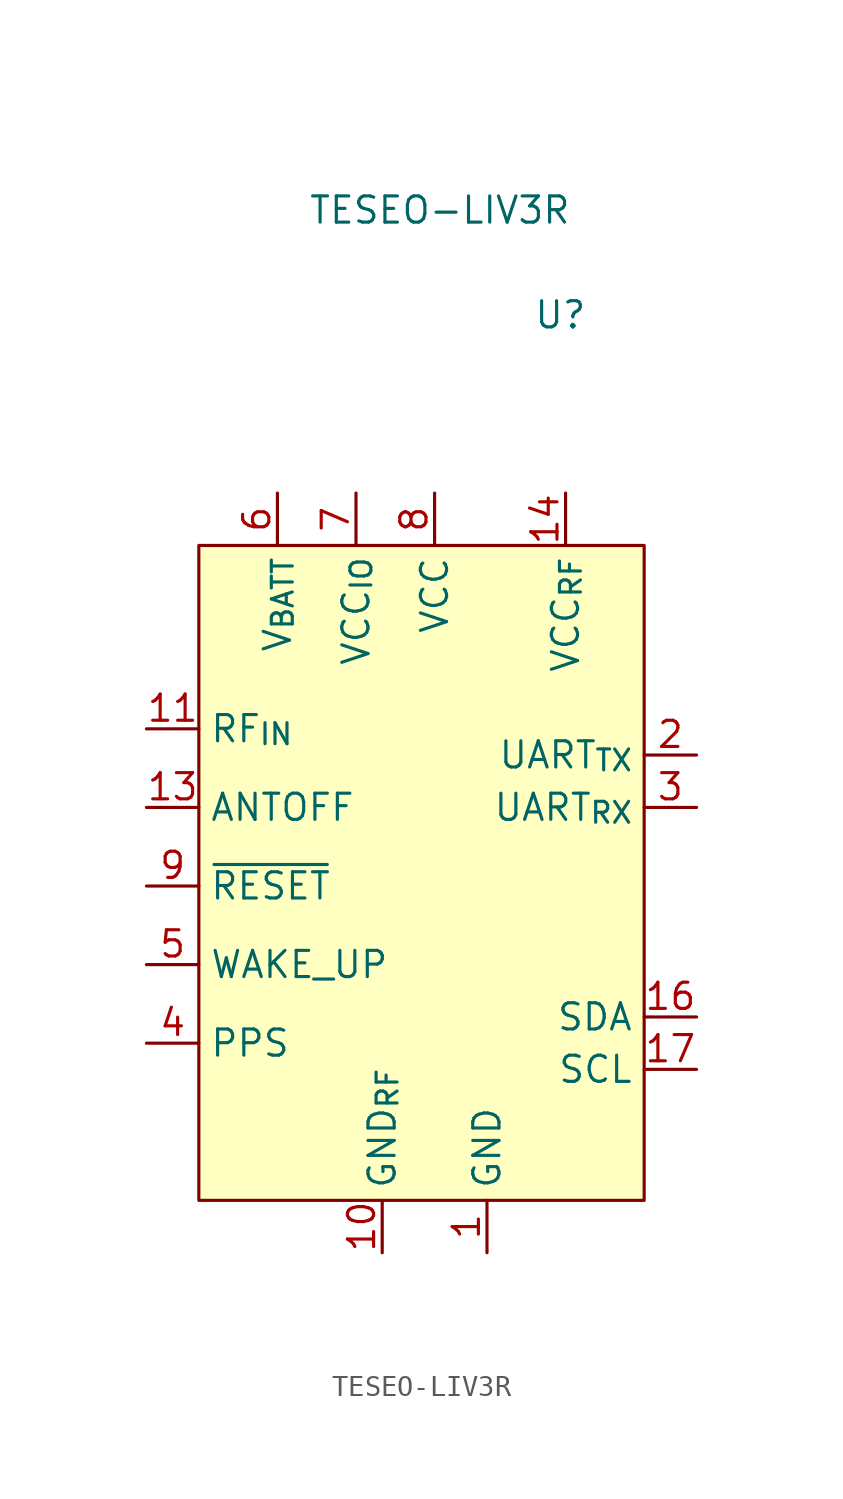
<source format=kicad_sym>
(kicad_symbol_lib
  (version 20241209)
  (generator "kicad_symbol_editor")
  (generator_version "9.0")
  (symbol "TESEO-LIV3R"
    (property "Reference" "U"
      (at 6.096 26.416 0)
      (effects (font (size 1.27 1.27))))
    (property "Value" "TESEO-LIV3R"
      (at 0.254 31.496 0)
      (effects (font (size 1.27 1.27))))
    (symbol "TESEO-LIV3R_0_0"
      (pin input line (at -13.97 6.35 0) (length 2.54) (name "RF_{IN}" (effects (font (size 1.27 1.27)))) (number "11" (effects (font (size 1.27 1.27)))))
      (pin output line (at -13.97 2.54 0) (length 2.54) (name "ANTOFF" (effects (font (size 1.27 1.27)))) (number "13" (effects (font (size 1.27 1.27)))))
      (pin input line (at -13.97 -1.27 0) (length 2.54) (name "~{RESET}" (effects (font (size 1.27 1.27)))) (number "9" (effects (font (size 1.27 1.27)))))
      (pin input line (at -13.97 -5.08 0) (length 2.54) (name "WAKE_UP" (effects (font (size 1.27 1.27)))) (number "5" (effects (font (size 1.27 1.27)))))
      (pin output line (at -13.97 -8.89 0) (length 2.54) (name "PPS" (effects (font (size 1.27 1.27)))) (number "4" (effects (font (size 1.27 1.27)))))
      (pin power_in line (at -7.62 17.78 270) (length 2.54) (name "V_{BATT}" (effects (font (size 1.27 1.27)))) (number "6" (effects (font (size 1.27 1.27)))))
      (pin power_in line (at -3.81 17.78 270) (length 2.54) (name "VCC_{IO}" (effects (font (size 1.27 1.27)))) (number "7" (effects (font (size 1.27 1.27)))))
      (pin power_in line (at -2.54 -19.05 90) (length 2.54) (name "GND_{RF}" (effects (font (size 1.27 1.27)))) (number "10" (effects (font (size 1.27 1.27)))))
      (pin power_in line (at 0 17.78 270) (length 2.54) (name "VCC" (effects (font (size 1.27 1.27)))) (number "8" (effects (font (size 1.27 1.27)))))
      (pin power_in line (at 2.54 -19.05 90) (length 2.54) (name "GND" (effects (font (size 1.27 1.27)))) (number "1" (effects (font (size 1.27 1.27)))))
      (pin power_out line (at 6.35 17.78 270) (length 2.54) (name "VCC_{RF}" (effects (font (size 1.27 1.27)))) (number "14" (effects (font (size 1.27 1.27)))))
      (pin output line (at 12.7 5.08 180) (length 2.54) (name "UART_{TX}" (effects (font (size 1.27 1.27)))) (number "2" (effects (font (size 1.27 1.27)))))
      (pin input line (at 12.7 2.54 180) (length 2.54) (name "UART_{RX}" (effects (font (size 1.27 1.27)))) (number "3" (effects (font (size 1.27 1.27)))))
      (pin bidirectional line (at 12.7 -7.62 180) (length 2.54) (name "SDA" (effects (font (size 1.27 1.27)))) (number "16" (effects (font (size 1.27 1.27)))))
      (pin input line (at 12.7 -10.16 180) (length 2.54) (name "SCL" (effects (font (size 1.27 1.27)))) (number "17" (effects (font (size 1.27 1.27))))))
    (symbol "TESEO-LIV3R_1_0"
      (pin power_in line (at -2.54 -19.05 90) (length 2.54) (hide yes) (name "GND_{RF}" (effects (font (size 1.27 1.27)))) (number "12" (effects (font (size 1.27 1.27))))))
    (symbol "TESEO-LIV3R_1_1"
      (rectangle (start -11.43 15.24) (end 10.16 -16.51) (stroke (width 0) (type solid)) (fill (type background))))))
</source>
